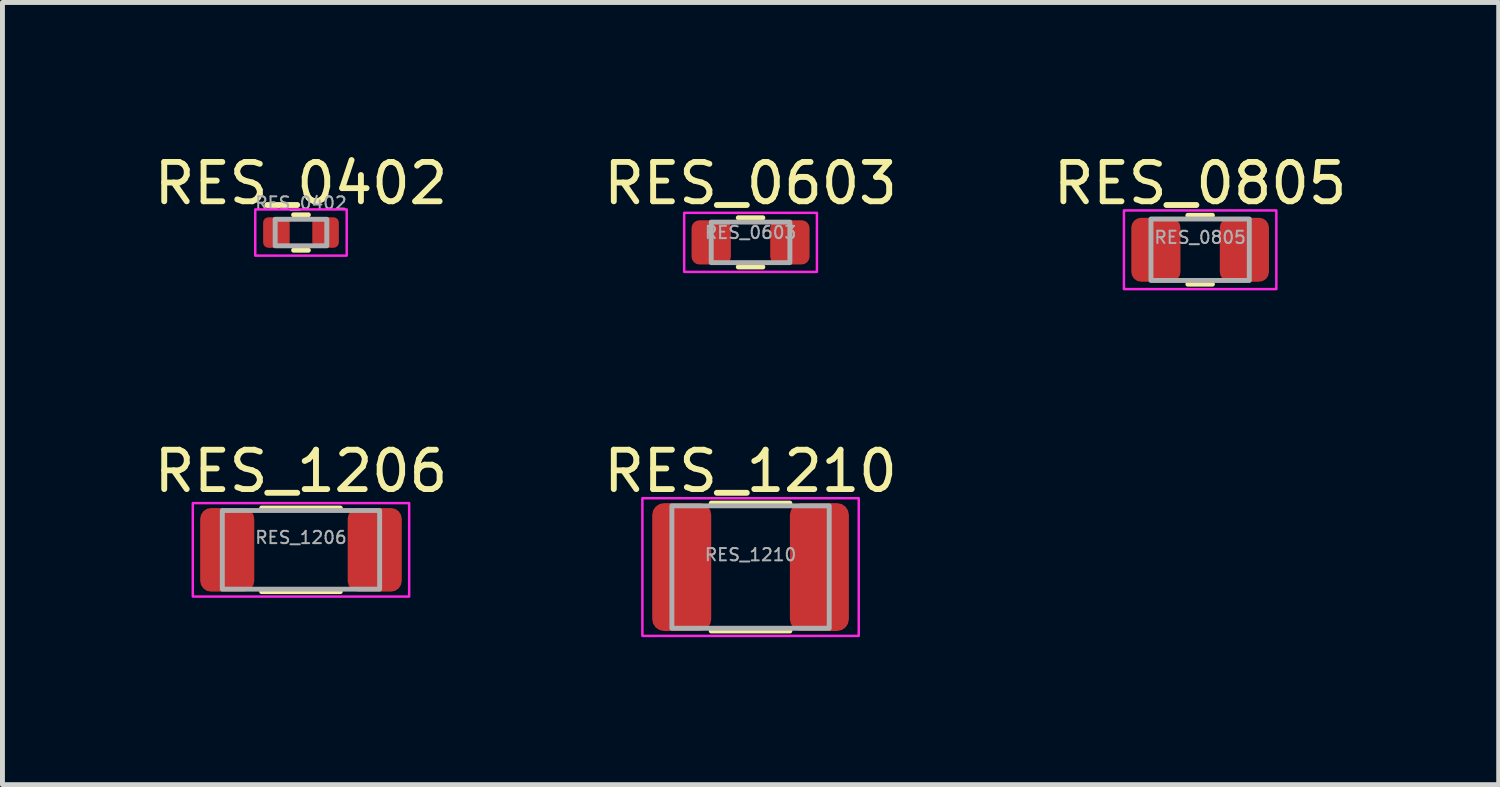
<source format=kicad_pcb>
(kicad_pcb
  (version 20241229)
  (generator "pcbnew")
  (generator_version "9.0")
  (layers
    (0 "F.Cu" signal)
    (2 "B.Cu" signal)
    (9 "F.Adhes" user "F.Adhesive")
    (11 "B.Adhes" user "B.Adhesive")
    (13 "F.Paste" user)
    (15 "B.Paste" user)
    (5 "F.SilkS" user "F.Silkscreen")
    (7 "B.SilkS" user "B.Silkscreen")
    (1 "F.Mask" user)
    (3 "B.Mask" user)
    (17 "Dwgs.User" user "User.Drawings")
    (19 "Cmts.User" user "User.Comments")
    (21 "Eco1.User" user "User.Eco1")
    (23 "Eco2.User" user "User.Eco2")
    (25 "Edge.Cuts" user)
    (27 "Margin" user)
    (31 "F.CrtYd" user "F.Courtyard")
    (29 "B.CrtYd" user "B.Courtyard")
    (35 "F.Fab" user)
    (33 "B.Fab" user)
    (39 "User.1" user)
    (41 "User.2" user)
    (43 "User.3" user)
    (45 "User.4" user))
  (footprint "RES_1206"
    (layer "F.Cu")
    (at 3.071 8.132)
    (property "Reference" "RES_1206" (at 0 -1.6 0) (unlocked yes) (layer "F.SilkS") (effects (font (size 0.8 0.8) (thickness 0.12))))
    (attr smd)
    (fp_line (start -0.8 -0.85) (end 0.8 -0.85) (stroke (width 0.1) (type solid)) (layer "F.SilkS"))
    (fp_line (start -0.8 0.85) (end 0.8 0.85) (stroke (width 0.1) (type solid)) (layer "F.SilkS"))
    (fp_rect (start -2.2 -0.95) (end 2.2 0.95) (stroke (width 0.05) (type default)) (fill no) (layer "F.CrtYd"))
    (fp_rect (start -1.6 -0.8) (end 1.6 0.8) (stroke (width 0.1) (type default)) (fill no) (layer "F.Fab"))
    (fp_text user "${REFERENCE}" (at 0 -0.25 0) (layer "F.Fab") (effects (font (size 0.25 0.25) (thickness 0.04))))
    (pad "1" smd roundrect (at -1.5 0) (size 1.1 1.7) (layers "F.Cu" "F.Mask" "F.Paste") (roundrect_rratio 0.2))
    (pad "2" smd roundrect (at 1.5 0) (size 1.1 1.7) (layers "F.Cu" "F.Mask" "F.Paste") (roundrect_rratio 0.2)))
  (footprint "RES_0805"
    (layer "F.Cu")
    (at 21.357 2.029)
    (property "Reference" "RES_0805" (at 0 -1.35 0) (unlocked yes) (layer "F.SilkS") (effects (font (size 0.8 0.8) (thickness 0.12))))
    (attr smd)
    (fp_line (start -0.25 -0.7) (end 0.25 -0.7) (stroke (width 0.1) (type solid)) (layer "F.SilkS"))
    (fp_line (start -0.25 0.7) (end 0.25 0.7) (stroke (width 0.1) (type solid)) (layer "F.SilkS"))
    (fp_rect (start -1.55 -0.8) (end 1.55 0.8) (stroke (width 0.05) (type default)) (fill no) (layer "F.CrtYd"))
    (fp_rect (start -1 -0.625) (end 1 0.625) (stroke (width 0.1) (type default)) (fill no) (layer "F.Fab"))
    (fp_text user "${REFERENCE}" (at 0 -0.25 0) (layer "F.Fab") (effects (font (size 0.25 0.25) (thickness 0.04))))
    (pad "1" smd roundrect (at -0.9 0) (size 1 1.3) (layers "F.Cu" "F.Mask" "F.Paste") (roundrect_rratio 0.2))
    (pad "2" smd roundrect (at 0.9 0) (size 1 1.3) (layers "F.Cu" "F.Mask" "F.Paste") (roundrect_rratio 0.2)))
  (footprint "RES_1210"
    (layer "F.Cu")
    (at 12.214 8.482)
    (property "Reference" "RES_1210" (at 0 -1.95 0) (unlocked yes) (layer "F.SilkS") (effects (font (size 0.8 0.8) (thickness 0.12))))
    (attr smd)
    (fp_line (start -0.8 -1.3) (end 0.8 -1.3) (stroke (width 0.1) (type solid)) (layer "F.SilkS"))
    (fp_line (start -0.8 1.3) (end 0.8 1.3) (stroke (width 0.1) (type solid)) (layer "F.SilkS"))
    (fp_rect (start -2.2 -1.4) (end 2.2 1.4) (stroke (width 0.05) (type default)) (fill no) (layer "F.CrtYd"))
    (fp_rect (start -1.6 -1.245) (end 1.6 1.245) (stroke (width 0.1) (type default)) (fill no) (layer "F.Fab"))
    (fp_text user "${REFERENCE}" (at 0 -0.25 0) (layer "F.Fab") (effects (font (size 0.25 0.25) (thickness 0.04))))
    (pad "1" smd roundrect (at -1.4 0) (size 1.2 2.6) (layers "F.Cu" "F.Mask" "F.Paste") (roundrect_rratio 0.2))
    (pad "2" smd roundrect (at 1.4 0) (size 1.2 2.6) (layers "F.Cu" "F.Mask" "F.Paste") (roundrect_rratio 0.2)))
  (footprint "RES_0603"
    (layer "F.Cu")
    (at 12.214 1.879)
    (property "Reference" "RES_0603" (at 0 -1.2 0) (unlocked yes) (layer "F.SilkS") (effects (font (size 0.8 0.8) (thickness 0.12))))
    (attr smd)
    (fp_line (start -0.25 -0.5) (end 0.25 -0.5) (stroke (width 0.1) (type solid)) (layer "F.SilkS"))
    (fp_line (start -0.25 0.5) (end 0.25 0.5) (stroke (width 0.1) (type solid)) (layer "F.SilkS"))
    (fp_rect (start -1.35 -0.6) (end 1.35 0.6) (stroke (width 0.05) (type default)) (fill no) (layer "F.CrtYd"))
    (fp_rect (start -0.8 -0.412) (end 0.8 0.412) (stroke (width 0.1) (type default)) (fill no) (layer "F.Fab"))
    (fp_text user "${REFERENCE}" (at 0 -0.2 0) (layer "F.Fab") (effects (font (size 0.25 0.25) (thickness 0.04))))
    (pad "1" smd roundrect (at -0.8 0) (size 0.8 0.9) (layers "F.Cu" "F.Mask" "F.Paste") (roundrect_rratio 0.2))
    (pad "2" smd roundrect (at 0.8 0) (size 0.8 0.9) (layers "F.Cu" "F.Mask" "F.Paste") (roundrect_rratio 0.2)))
  (footprint "RES_0402"
    (layer "F.Cu")
    (at 3.071 1.679)
    (property "Reference" "RES_0402" (at 0 -1 0) (unlocked yes) (layer "F.SilkS") (effects (font (size 0.8 0.8) (thickness 0.12))))
    (attr smd)
    (fp_line (start -0.15 -0.36) (end 0.15 -0.36) (stroke (width 0.1) (type solid)) (layer "F.SilkS"))
    (fp_line (start -0.15 0.36) (end 0.15 0.36) (stroke (width 0.1) (type solid)) (layer "F.SilkS"))
    (fp_rect (start -0.93 -0.47) (end 0.93 0.47) (stroke (width 0.05) (type default)) (fill no) (layer "F.CrtYd"))
    (fp_rect (start -0.525 -0.27) (end 0.525 0.27) (stroke (width 0.1) (type default)) (fill no) (layer "F.Fab"))
    (fp_text user "${REFERENCE}" (at 0 -0.6 0) (layer "F.Fab") (effects (font (size 0.25 0.25) (thickness 0.04))))
    (pad "1" smd roundrect (at -0.5 0) (size 0.54 0.62) (layers "F.Cu" "F.Mask" "F.Paste") (roundrect_rratio 0.2))
    (pad "2" smd roundrect (at 0.5 0) (size 0.54 0.62) (layers "F.Cu" "F.Mask" "F.Paste") (roundrect_rratio 0.2)))
  (gr_rect
    (start -3 -3)
    (end 27.429 12.907)
    (stroke (width 0.1) (type default))
    (fill no)
    (layer "Edge.Cuts")))
</source>
